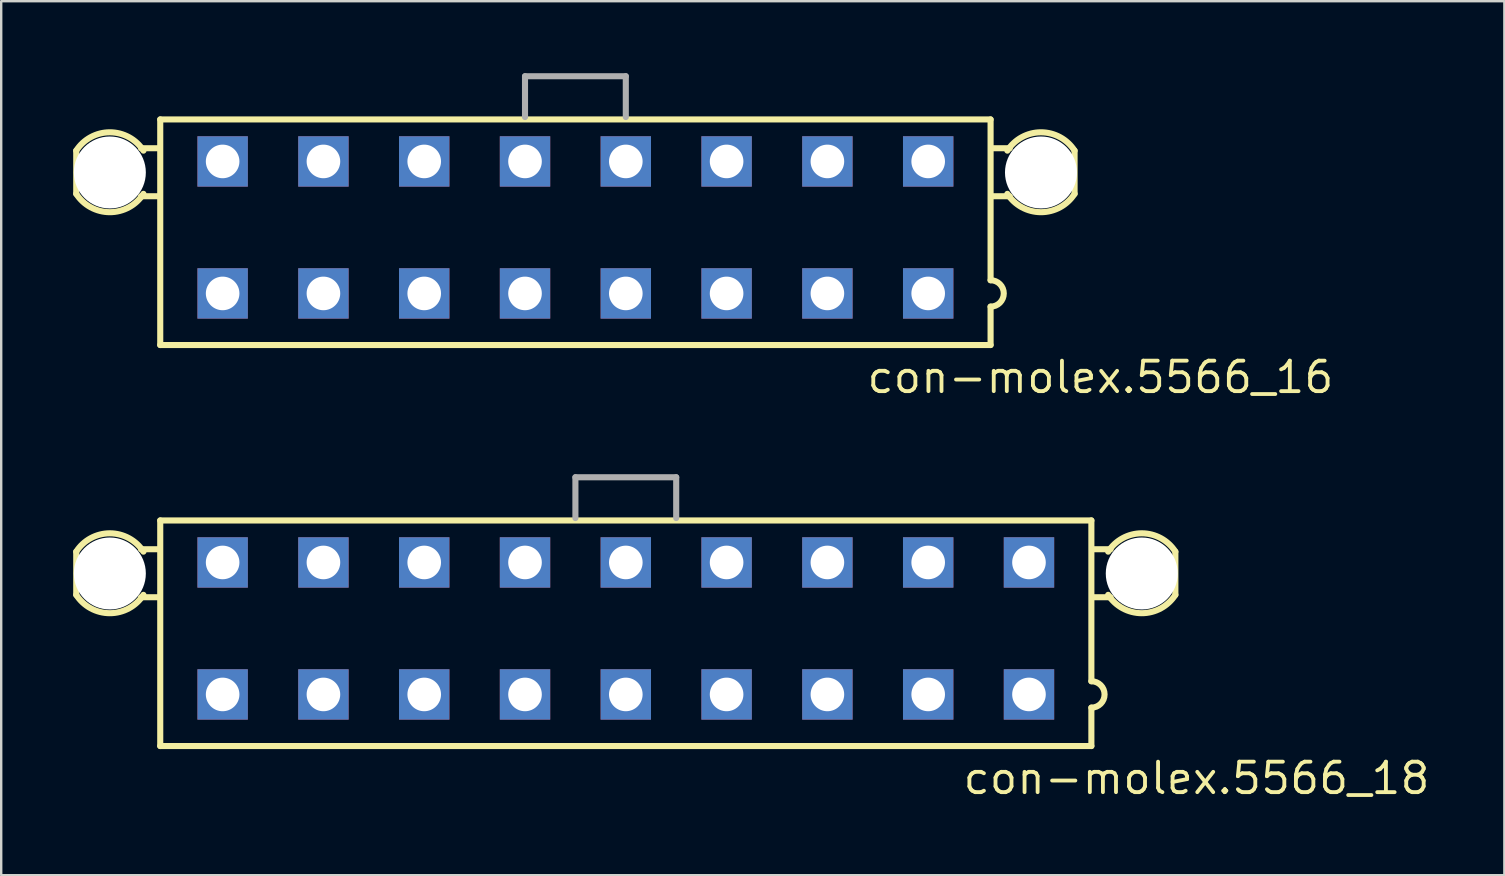
<source format=kicad_pcb>
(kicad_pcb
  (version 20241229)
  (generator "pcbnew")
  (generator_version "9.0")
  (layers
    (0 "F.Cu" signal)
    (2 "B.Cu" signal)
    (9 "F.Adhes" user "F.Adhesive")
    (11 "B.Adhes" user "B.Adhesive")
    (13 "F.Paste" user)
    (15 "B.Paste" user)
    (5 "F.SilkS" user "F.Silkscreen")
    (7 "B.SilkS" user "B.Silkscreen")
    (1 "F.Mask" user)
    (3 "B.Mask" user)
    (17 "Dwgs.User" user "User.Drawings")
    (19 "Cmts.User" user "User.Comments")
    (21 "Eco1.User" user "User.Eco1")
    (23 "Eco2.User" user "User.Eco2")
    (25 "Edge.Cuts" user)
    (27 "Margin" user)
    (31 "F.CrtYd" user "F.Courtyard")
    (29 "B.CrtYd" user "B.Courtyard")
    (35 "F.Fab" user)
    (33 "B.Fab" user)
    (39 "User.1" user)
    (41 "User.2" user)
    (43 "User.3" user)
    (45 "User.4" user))
  (footprint "con-molex.5566_16"
    (layer "F.Cu")
    (at 20.927 6.427)
    (property "Reference" "con-molex.5566_16" (at 12.065 6.985 0) (layer "F.SilkS") (effects (font (size 1.27 1.27) (thickness 0.16)) (justify left bottom)))
    (attr through_hole)
    (fp_line (start -20.8 -3.2) (end -20.8 -1.4) (stroke (width 0.254) (type default)) (layer "F.SilkS"))
    (fp_line (start -18.1 -3.3) (end -17.4 -3.3) (stroke (width 0.254) (type default)) (layer "F.SilkS"))
    (fp_line (start -18.1 -1.3) (end -17.4 -1.3) (stroke (width 0.254) (type default)) (layer "F.SilkS"))
    (fp_line (start -17.3 -4.5) (end 17.3 -4.5) (stroke (width 0.254) (type default)) (layer "F.SilkS"))
    (fp_line (start -17.3 4.9) (end -17.3 -4.5) (stroke (width 0.254) (type default)) (layer "F.SilkS"))
    (fp_line (start 17.3 -4.5) (end 17.3 2.2) (stroke (width 0.254) (type default)) (layer "F.SilkS"))
    (fp_line (start 17.3 3.3) (end 17.3 4.9) (stroke (width 0.254) (type default)) (layer "F.SilkS"))
    (fp_line (start 17.3 4.9) (end -17.3 4.9) (stroke (width 0.254) (type default)) (layer "F.SilkS"))
    (fp_line (start 18.1 -3.3) (end 17.4 -3.3) (stroke (width 0.254) (type default)) (layer "F.SilkS"))
    (fp_line (start 18.1 -1.3) (end 17.4 -1.3) (stroke (width 0.254) (type default)) (layer "F.SilkS"))
    (fp_line (start 20.8 -1.4) (end 20.8 -3.2) (stroke (width 0.254) (type default)) (layer "F.SilkS"))
    (fp_arc (start -20.8 -3.2) (mid -19.4 -3.964332) (end -18 -3.2) (stroke (width 0.254) (type default)) (layer "F.SilkS"))
    (fp_arc (start -18 -1.4) (mid -19.4 -0.635668) (end -20.8 -1.4) (stroke (width 0.254) (type default)) (layer "F.SilkS"))
    (fp_arc (start 17.3 2.2) (mid 17.85 2.75) (end 17.3 3.3) (stroke (width 0.254) (type default)) (layer "F.SilkS"))
    (fp_arc (start 18 -3.2) (mid 19.4 -3.964332) (end 20.8 -3.2) (stroke (width 0.254) (type default)) (layer "F.SilkS"))
    (fp_arc (start 20.8 -1.4) (mid 19.4 -0.635668) (end 18 -1.4) (stroke (width 0.254) (type default)) (layer "F.SilkS"))
    (fp_line (start -2.1 -6.3) (end -2.1 -4.6) (stroke (width 0.254) (type default)) (layer "F.Fab"))
    (fp_line (start -2.1 -6.3) (end 2.1 -6.3) (stroke (width 0.254) (type default)) (layer "F.Fab"))
    (fp_line (start 2.1 -6.3) (end 2.1 -4.6) (stroke (width 0.254) (type default)) (layer "F.Fab"))
    (pad "" np_thru_hole circle (at -19.4 -2.29) (size 3 3) (drill 3) (layers "*.Cu" "*.Mask"))
    (pad "" np_thru_hole circle (at 19.4 -2.29) (size 3 3) (drill 3) (layers "*.Cu" "*.Mask"))
    (pad "1" thru_hole rect (at 14.7 2.75) (size 2.1 2.1) (drill 1.4) (layers "*.Cu" "*.Mask"))
    (pad "2" thru_hole rect (at 10.5 2.75) (size 2.1 2.1) (drill 1.4) (layers "*.Cu" "*.Mask"))
    (pad "3" thru_hole rect (at 6.3 2.75) (size 2.1 2.1) (drill 1.4) (layers "*.Cu" "*.Mask"))
    (pad "4" thru_hole rect (at 2.1 2.75) (size 2.1 2.1) (drill 1.4) (layers "*.Cu" "*.Mask"))
    (pad "5" thru_hole rect (at -2.1 2.75) (size 2.1 2.1) (drill 1.4) (layers "*.Cu" "*.Mask"))
    (pad "6" thru_hole rect (at -6.3 2.75) (size 2.1 2.1) (drill 1.4) (layers "*.Cu" "*.Mask"))
    (pad "7" thru_hole rect (at -10.5 2.75) (size 2.1 2.1) (drill 1.4) (layers "*.Cu" "*.Mask"))
    (pad "8" thru_hole rect (at -14.7 2.75) (size 2.1 2.1) (drill 1.4) (layers "*.Cu" "*.Mask"))
    (pad "9" thru_hole rect (at 14.7 -2.75) (size 2.1 2.1) (drill 1.4) (layers "*.Cu" "*.Mask"))
    (pad "10" thru_hole rect (at 10.5 -2.75) (size 2.1 2.1) (drill 1.4) (layers "*.Cu" "*.Mask"))
    (pad "11" thru_hole rect (at 6.3 -2.75) (size 2.1 2.1) (drill 1.4) (layers "*.Cu" "*.Mask"))
    (pad "12" thru_hole rect (at 2.1 -2.75) (size 2.1 2.1) (drill 1.4) (layers "*.Cu" "*.Mask"))
    (pad "13" thru_hole rect (at -2.1 -2.75) (size 2.1 2.1) (drill 1.4) (layers "*.Cu" "*.Mask"))
    (pad "14" thru_hole rect (at -6.3 -2.75) (size 2.1 2.1) (drill 1.4) (layers "*.Cu" "*.Mask"))
    (pad "15" thru_hole rect (at -10.5 -2.75) (size 2.1 2.1) (drill 1.4) (layers "*.Cu" "*.Mask"))
    (pad "16" thru_hole rect (at -14.7 -2.75) (size 2.1 2.1) (drill 1.4) (layers "*.Cu" "*.Mask")))
  (footprint "con-molex.5566_18"
    (layer "F.Cu")
    (at 23.027 23.137)
    (property "Reference" "con-molex.5566_18" (at 13.97 6.985 0) (layer "F.SilkS") (effects (font (size 1.27 1.27) (thickness 0.16)) (justify left bottom)))
    (attr through_hole)
    (fp_line (start -22.9 -3.2) (end -22.9 -1.4) (stroke (width 0.254) (type default)) (layer "F.SilkS"))
    (fp_line (start -20.2 -3.3) (end -19.5 -3.3) (stroke (width 0.254) (type default)) (layer "F.SilkS"))
    (fp_line (start -20.2 -1.3) (end -19.5 -1.3) (stroke (width 0.254) (type default)) (layer "F.SilkS"))
    (fp_line (start -19.4 -4.5) (end 19.4 -4.5) (stroke (width 0.254) (type default)) (layer "F.SilkS"))
    (fp_line (start -19.4 4.9) (end -19.4 -4.5) (stroke (width 0.254) (type default)) (layer "F.SilkS"))
    (fp_line (start 19.4 -4.5) (end 19.4 2.2) (stroke (width 0.254) (type default)) (layer "F.SilkS"))
    (fp_line (start 19.4 3.3) (end 19.4 4.9) (stroke (width 0.254) (type default)) (layer "F.SilkS"))
    (fp_line (start 19.4 4.9) (end -19.4 4.9) (stroke (width 0.254) (type default)) (layer "F.SilkS"))
    (fp_line (start 20.2 -3.3) (end 19.5 -3.3) (stroke (width 0.254) (type default)) (layer "F.SilkS"))
    (fp_line (start 20.2 -1.3) (end 19.5 -1.3) (stroke (width 0.254) (type default)) (layer "F.SilkS"))
    (fp_line (start 22.9 -1.4) (end 22.9 -3.2) (stroke (width 0.254) (type default)) (layer "F.SilkS"))
    (fp_arc (start -22.9 -3.2) (mid -21.5 -3.964332) (end -20.1 -3.2) (stroke (width 0.254) (type default)) (layer "F.SilkS"))
    (fp_arc (start -20.1 -1.4) (mid -21.5 -0.635668) (end -22.9 -1.4) (stroke (width 0.254) (type default)) (layer "F.SilkS"))
    (fp_arc (start 19.4 2.2) (mid 19.95 2.75) (end 19.4 3.3) (stroke (width 0.254) (type default)) (layer "F.SilkS"))
    (fp_arc (start 20.1 -3.2) (mid 21.5 -3.964332) (end 22.9 -3.2) (stroke (width 0.254) (type default)) (layer "F.SilkS"))
    (fp_arc (start 22.9 -1.4) (mid 21.5 -0.635668) (end 20.1 -1.4) (stroke (width 0.254) (type default)) (layer "F.SilkS"))
    (fp_line (start -2.1 -6.3) (end -2.1 -4.6) (stroke (width 0.254) (type default)) (layer "F.Fab"))
    (fp_line (start -2.1 -6.3) (end 2.1 -6.3) (stroke (width 0.254) (type default)) (layer "F.Fab"))
    (fp_line (start 2.1 -6.3) (end 2.1 -4.6) (stroke (width 0.254) (type default)) (layer "F.Fab"))
    (pad "" np_thru_hole circle (at -21.5 -2.29) (size 3 3) (drill 3) (layers "*.Cu" "*.Mask"))
    (pad "" np_thru_hole circle (at 21.5 -2.29) (size 3 3) (drill 3) (layers "*.Cu" "*.Mask"))
    (pad "1" thru_hole rect (at 16.8 2.75) (size 2.1 2.1) (drill 1.4) (layers "*.Cu" "*.Mask"))
    (pad "2" thru_hole rect (at 12.6 2.75) (size 2.1 2.1) (drill 1.4) (layers "*.Cu" "*.Mask"))
    (pad "3" thru_hole rect (at 8.4 2.75) (size 2.1 2.1) (drill 1.4) (layers "*.Cu" "*.Mask"))
    (pad "4" thru_hole rect (at 4.2 2.75) (size 2.1 2.1) (drill 1.4) (layers "*.Cu" "*.Mask"))
    (pad "5" thru_hole rect (at 0 2.75) (size 2.1 2.1) (drill 1.4) (layers "*.Cu" "*.Mask"))
    (pad "6" thru_hole rect (at -4.2 2.75) (size 2.1 2.1) (drill 1.4) (layers "*.Cu" "*.Mask"))
    (pad "7" thru_hole rect (at -8.4 2.75) (size 2.1 2.1) (drill 1.4) (layers "*.Cu" "*.Mask"))
    (pad "8" thru_hole rect (at -12.6 2.75) (size 2.1 2.1) (drill 1.4) (layers "*.Cu" "*.Mask"))
    (pad "9" thru_hole rect (at -16.8 2.75) (size 2.1 2.1) (drill 1.4) (layers "*.Cu" "*.Mask"))
    (pad "10" thru_hole rect (at 16.8 -2.75) (size 2.1 2.1) (drill 1.4) (layers "*.Cu" "*.Mask"))
    (pad "11" thru_hole rect (at 12.6 -2.75) (size 2.1 2.1) (drill 1.4) (layers "*.Cu" "*.Mask"))
    (pad "12" thru_hole rect (at 8.4 -2.75) (size 2.1 2.1) (drill 1.4) (layers "*.Cu" "*.Mask"))
    (pad "13" thru_hole rect (at 4.2 -2.75) (size 2.1 2.1) (drill 1.4) (layers "*.Cu" "*.Mask"))
    (pad "14" thru_hole rect (at 0 -2.75) (size 2.1 2.1) (drill 1.4) (layers "*.Cu" "*.Mask"))
    (pad "15" thru_hole rect (at -4.2 -2.75) (size 2.1 2.1) (drill 1.4) (layers "*.Cu" "*.Mask"))
    (pad "16" thru_hole rect (at -8.4 -2.75) (size 2.1 2.1) (drill 1.4) (layers "*.Cu" "*.Mask"))
    (pad "17" thru_hole rect (at -12.6 -2.75) (size 2.1 2.1) (drill 1.4) (layers "*.Cu" "*.Mask"))
    (pad "18" thru_hole rect (at -16.8 -2.75) (size 2.1 2.1) (drill 1.4) (layers "*.Cu" "*.Mask")))
  (gr_rect
    (start -3 -3)
    (end 59.636 33.419)
    (stroke (width 0.1) (type default))
    (fill no)
    (layer "Edge.Cuts")))
</source>
